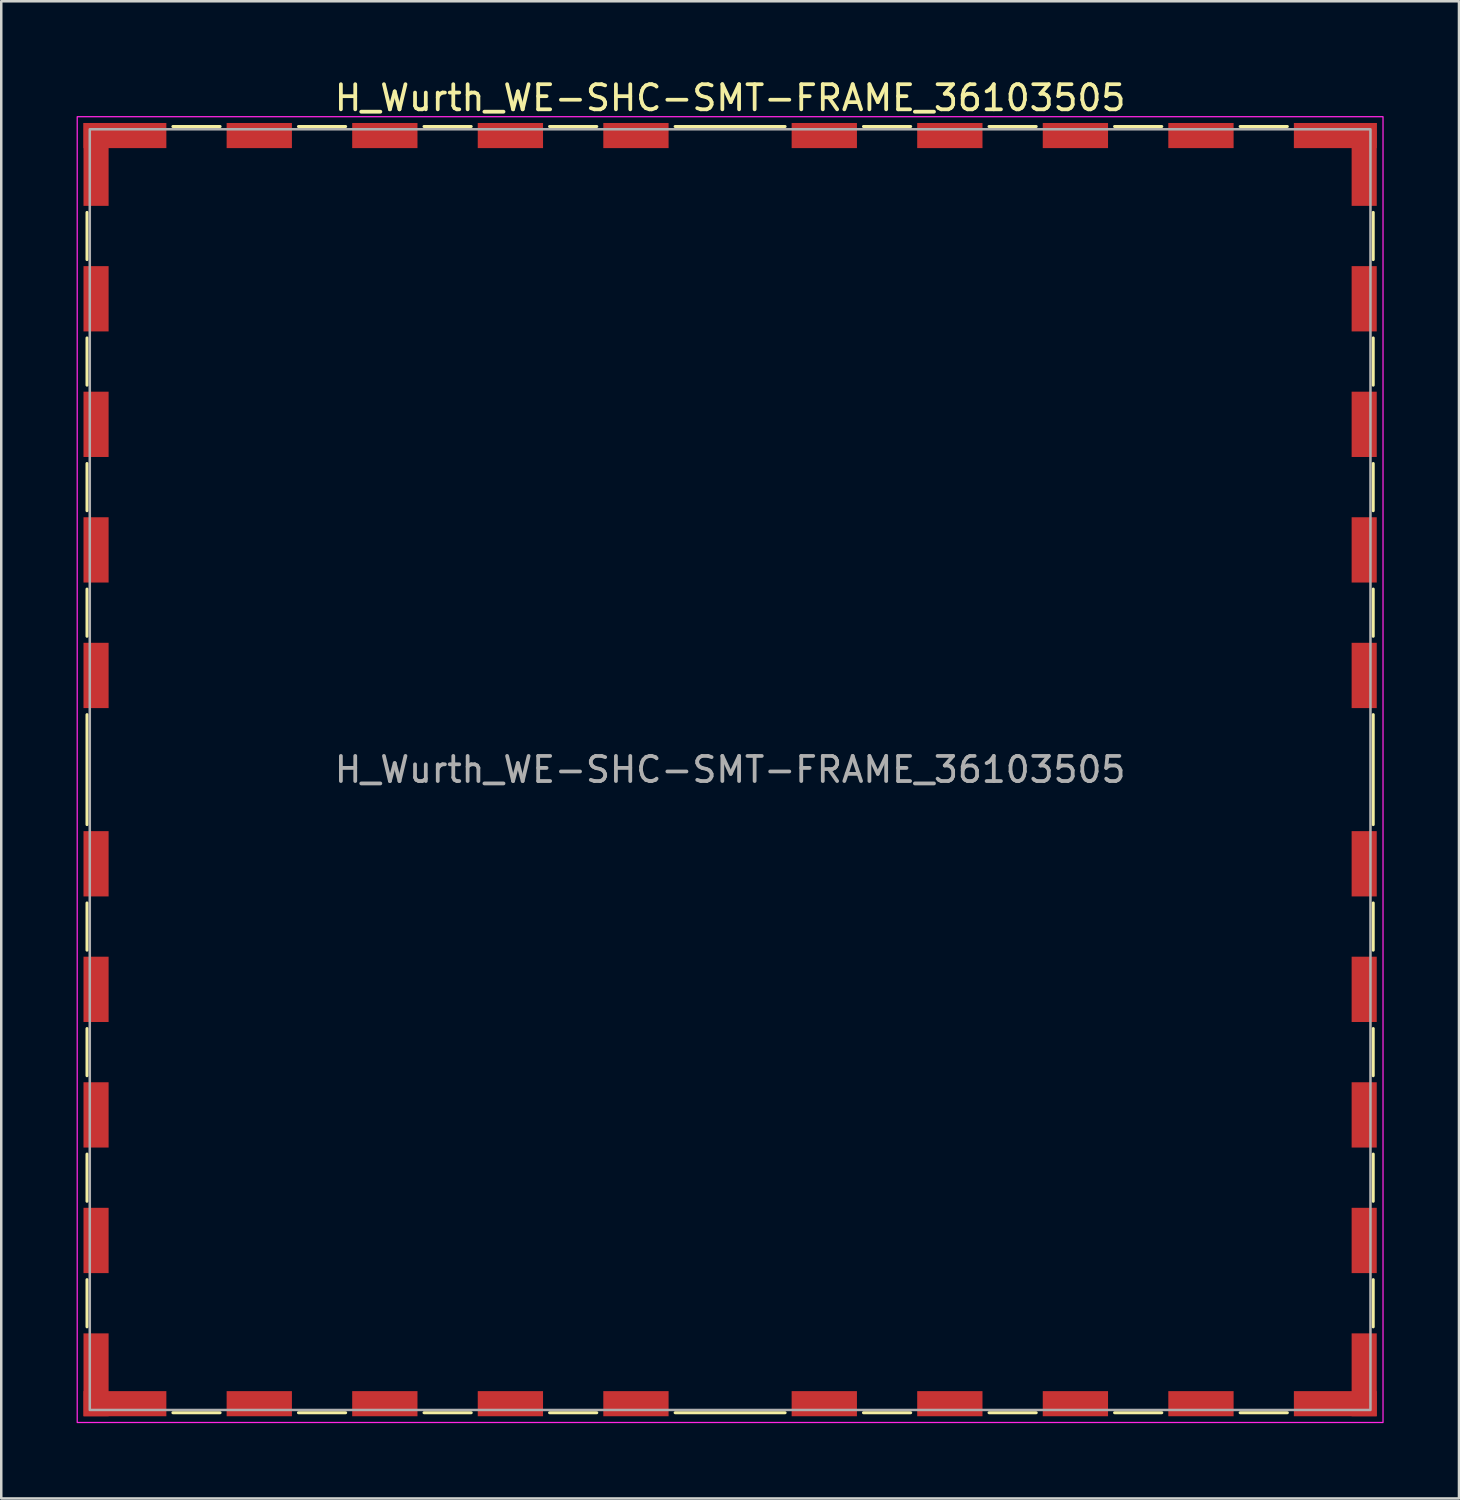
<source format=kicad_pcb>
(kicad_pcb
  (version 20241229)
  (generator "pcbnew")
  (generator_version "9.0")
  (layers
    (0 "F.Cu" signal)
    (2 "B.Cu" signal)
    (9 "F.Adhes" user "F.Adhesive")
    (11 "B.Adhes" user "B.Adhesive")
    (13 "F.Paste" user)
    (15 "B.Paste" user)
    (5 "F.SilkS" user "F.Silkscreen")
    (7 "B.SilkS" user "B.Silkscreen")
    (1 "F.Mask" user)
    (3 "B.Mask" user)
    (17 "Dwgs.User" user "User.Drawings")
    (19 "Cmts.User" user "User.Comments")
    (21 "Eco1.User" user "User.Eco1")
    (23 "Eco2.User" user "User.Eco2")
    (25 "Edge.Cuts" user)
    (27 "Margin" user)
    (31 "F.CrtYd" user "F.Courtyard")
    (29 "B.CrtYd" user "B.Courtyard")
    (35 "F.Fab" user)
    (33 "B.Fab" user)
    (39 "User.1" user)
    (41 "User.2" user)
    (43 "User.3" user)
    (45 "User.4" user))
  (footprint "H_Wurth_WE-SHC-SMT-FRAME_36103505"
    (layer "F.Cu")
    (at 26.025 27.598)
    (property "Reference" "H_Wurth_WE-SHC-SMT-FRAME_36103505" (at 0 -26.75 0) (unlocked yes) (layer "F.SilkS") (effects (font (size 1 1) (thickness 0.15))))
    (attr smd)
    (fp_line (start -25.61 -20.31) (end -25.61 -22.19) (stroke (width 0.12) (type default)) (layer "F.SilkS"))
    (fp_line (start -25.61 -15.31) (end -25.61 -17.19) (stroke (width 0.12) (type default)) (layer "F.SilkS"))
    (fp_line (start -25.61 -10.31) (end -25.61 -12.19) (stroke (width 0.12) (type default)) (layer "F.SilkS"))
    (fp_line (start -25.61 -5.31) (end -25.61 -7.19) (stroke (width 0.12) (type default)) (layer "F.SilkS"))
    (fp_line (start -25.61 2.19) (end -25.61 -2.19) (stroke (width 0.12) (type default)) (layer "F.SilkS"))
    (fp_line (start -25.61 7.19) (end -25.61 5.31) (stroke (width 0.12) (type default)) (layer "F.SilkS"))
    (fp_line (start -25.61 12.19) (end -25.61 10.31) (stroke (width 0.12) (type default)) (layer "F.SilkS"))
    (fp_line (start -25.61 17.19) (end -25.61 15.31) (stroke (width 0.12) (type default)) (layer "F.SilkS"))
    (fp_line (start -25.61 22.19) (end -25.61 20.31) (stroke (width 0.12) (type default)) (layer "F.SilkS"))
    (fp_line (start -22.19 -25.61) (end -20.31 -25.61) (stroke (width 0.12) (type default)) (layer "F.SilkS"))
    (fp_line (start -22.19 25.61) (end -20.31 25.61) (stroke (width 0.12) (type default)) (layer "F.SilkS"))
    (fp_line (start -17.19 -25.61) (end -15.31 -25.61) (stroke (width 0.12) (type default)) (layer "F.SilkS"))
    (fp_line (start -17.19 25.61) (end -15.31 25.61) (stroke (width 0.12) (type default)) (layer "F.SilkS"))
    (fp_line (start -12.19 -25.61) (end -10.31 -25.61) (stroke (width 0.12) (type default)) (layer "F.SilkS"))
    (fp_line (start -12.19 25.61) (end -10.31 25.61) (stroke (width 0.12) (type default)) (layer "F.SilkS"))
    (fp_line (start -7.19 -25.61) (end -5.31 -25.61) (stroke (width 0.12) (type default)) (layer "F.SilkS"))
    (fp_line (start -7.19 25.61) (end -5.31 25.61) (stroke (width 0.12) (type default)) (layer "F.SilkS"))
    (fp_line (start -2.19 -25.61) (end 2.19 -25.61) (stroke (width 0.12) (type default)) (layer "F.SilkS"))
    (fp_line (start -2.19 25.61) (end 2.19 25.61) (stroke (width 0.12) (type default)) (layer "F.SilkS"))
    (fp_line (start 5.31 -25.61) (end 7.19 -25.61) (stroke (width 0.12) (type default)) (layer "F.SilkS"))
    (fp_line (start 5.31 25.61) (end 7.19 25.61) (stroke (width 0.12) (type default)) (layer "F.SilkS"))
    (fp_line (start 10.31 -25.61) (end 12.19 -25.61) (stroke (width 0.12) (type default)) (layer "F.SilkS"))
    (fp_line (start 10.31 25.61) (end 12.19 25.61) (stroke (width 0.12) (type default)) (layer "F.SilkS"))
    (fp_line (start 15.31 -25.61) (end 17.19 -25.61) (stroke (width 0.12) (type default)) (layer "F.SilkS"))
    (fp_line (start 15.31 25.61) (end 17.19 25.61) (stroke (width 0.12) (type default)) (layer "F.SilkS"))
    (fp_line (start 20.31 -25.61) (end 22.19 -25.61) (stroke (width 0.12) (type default)) (layer "F.SilkS"))
    (fp_line (start 20.31 25.61) (end 22.19 25.61) (stroke (width 0.12) (type default)) (layer "F.SilkS"))
    (fp_line (start 25.61 -20.31) (end 25.61 -22.19) (stroke (width 0.12) (type default)) (layer "F.SilkS"))
    (fp_line (start 25.61 -15.31) (end 25.61 -17.19) (stroke (width 0.12) (type default)) (layer "F.SilkS"))
    (fp_line (start 25.61 -10.31) (end 25.61 -12.19) (stroke (width 0.12) (type default)) (layer "F.SilkS"))
    (fp_line (start 25.61 -5.31) (end 25.61 -7.19) (stroke (width 0.12) (type default)) (layer "F.SilkS"))
    (fp_line (start 25.61 2.19) (end 25.61 -2.19) (stroke (width 0.12) (type default)) (layer "F.SilkS"))
    (fp_line (start 25.61 7.19) (end 25.61 5.31) (stroke (width 0.12) (type default)) (layer "F.SilkS"))
    (fp_line (start 25.61 12.19) (end 25.61 10.31) (stroke (width 0.12) (type default)) (layer "F.SilkS"))
    (fp_line (start 25.61 17.19) (end 25.61 15.31) (stroke (width 0.12) (type default)) (layer "F.SilkS"))
    (fp_line (start 25.61 22.19) (end 25.61 20.31) (stroke (width 0.12) (type default)) (layer "F.SilkS"))
    (fp_rect (start -26 -26) (end 26 26) (stroke (width 0.05) (type solid)) (fill no) (layer "F.CrtYd"))
    (fp_rect (start -25.5 -25.5) (end 25.5 25.5) (stroke (width 0.1) (type solid)) (fill no) (layer "F.Fab"))
    (fp_text user "${REFERENCE}" (at 0 0 0) (unlocked yes) (layer "F.Fab") (effects (font (size 1 1) (thickness 0.15))))
    (pad "1" smd rect (at -25.25 -24.1 90) (size 3.3 1) (layers "F.Cu" "F.Mask" "F.Paste"))
    (pad "1" smd rect (at -25.25 -18.75 90) (size 2.6 1) (layers "F.Cu" "F.Mask" "F.Paste"))
    (pad "1" smd rect (at -25.25 -13.75 90) (size 2.6 1) (layers "F.Cu" "F.Mask" "F.Paste"))
    (pad "1" smd rect (at -25.25 -8.75 90) (size 2.6 1) (layers "F.Cu" "F.Mask" "F.Paste"))
    (pad "1" smd rect (at -25.25 -3.75 90) (size 2.6 1) (layers "F.Cu" "F.Mask" "F.Paste"))
    (pad "1" smd rect (at -25.25 3.75 90) (size 2.6 1) (layers "F.Cu" "F.Mask" "F.Paste"))
    (pad "1" smd rect (at -25.25 8.75 90) (size 2.6 1) (layers "F.Cu" "F.Mask" "F.Paste"))
    (pad "1" smd rect (at -25.25 13.75 90) (size 2.6 1) (layers "F.Cu" "F.Mask" "F.Paste"))
    (pad "1" smd rect (at -25.25 18.75 90) (size 2.6 1) (layers "F.Cu" "F.Mask" "F.Paste"))
    (pad "1" smd rect (at -25.25 24.1 90) (size 3.3 1) (layers "F.Cu" "F.Mask" "F.Paste"))
    (pad "1" smd rect (at -24.1 -25.25) (size 3.3 1) (layers "F.Cu" "F.Mask" "F.Paste"))
    (pad "1" smd rect (at -24.1 25.25) (size 3.3 1) (layers "F.Cu" "F.Mask" "F.Paste"))
    (pad "1" smd rect (at -18.75 -25.25) (size 2.6 1) (layers "F.Cu" "F.Mask" "F.Paste"))
    (pad "1" smd rect (at -18.75 25.25) (size 2.6 1) (layers "F.Cu" "F.Mask" "F.Paste"))
    (pad "1" smd rect (at -13.75 -25.25) (size 2.6 1) (layers "F.Cu" "F.Mask" "F.Paste"))
    (pad "1" smd rect (at -13.75 25.25) (size 2.6 1) (layers "F.Cu" "F.Mask" "F.Paste"))
    (pad "1" smd rect (at -8.75 -25.25) (size 2.6 1) (layers "F.Cu" "F.Mask" "F.Paste"))
    (pad "1" smd rect (at -8.75 25.25) (size 2.6 1) (layers "F.Cu" "F.Mask" "F.Paste"))
    (pad "1" smd rect (at -3.75 -25.25) (size 2.6 1) (layers "F.Cu" "F.Mask" "F.Paste"))
    (pad "1" smd rect (at -3.75 25.25) (size 2.6 1) (layers "F.Cu" "F.Mask" "F.Paste"))
    (pad "1" smd rect (at 3.75 -25.25) (size 2.6 1) (layers "F.Cu" "F.Mask" "F.Paste"))
    (pad "1" smd rect (at 3.75 25.25) (size 2.6 1) (layers "F.Cu" "F.Mask" "F.Paste"))
    (pad "1" smd rect (at 8.75 -25.25) (size 2.6 1) (layers "F.Cu" "F.Mask" "F.Paste"))
    (pad "1" smd rect (at 8.75 25.25) (size 2.6 1) (layers "F.Cu" "F.Mask" "F.Paste"))
    (pad "1" smd rect (at 13.75 -25.25) (size 2.6 1) (layers "F.Cu" "F.Mask" "F.Paste"))
    (pad "1" smd rect (at 13.75 25.25) (size 2.6 1) (layers "F.Cu" "F.Mask" "F.Paste"))
    (pad "1" smd rect (at 18.75 -25.25) (size 2.6 1) (layers "F.Cu" "F.Mask" "F.Paste"))
    (pad "1" smd rect (at 18.75 25.25) (size 2.6 1) (layers "F.Cu" "F.Mask" "F.Paste"))
    (pad "1" smd rect (at 24.1 -25.25) (size 3.3 1) (layers "F.Cu" "F.Mask" "F.Paste"))
    (pad "1" smd rect (at 24.1 25.25) (size 3.3 1) (layers "F.Cu" "F.Mask" "F.Paste"))
    (pad "1" smd rect (at 25.25 -24.1 90) (size 3.3 1) (layers "F.Cu" "F.Mask" "F.Paste"))
    (pad "1" smd rect (at 25.25 -18.75 90) (size 2.6 1) (layers "F.Cu" "F.Mask" "F.Paste"))
    (pad "1" smd rect (at 25.25 -13.75 90) (size 2.6 1) (layers "F.Cu" "F.Mask" "F.Paste"))
    (pad "1" smd rect (at 25.25 -8.75 90) (size 2.6 1) (layers "F.Cu" "F.Mask" "F.Paste"))
    (pad "1" smd rect (at 25.25 -3.75 90) (size 2.6 1) (layers "F.Cu" "F.Mask" "F.Paste"))
    (pad "1" smd rect (at 25.25 3.75 90) (size 2.6 1) (layers "F.Cu" "F.Mask" "F.Paste"))
    (pad "1" smd rect (at 25.25 8.75 90) (size 2.6 1) (layers "F.Cu" "F.Mask" "F.Paste"))
    (pad "1" smd rect (at 25.25 13.75 90) (size 2.6 1) (layers "F.Cu" "F.Mask" "F.Paste"))
    (pad "1" smd rect (at 25.25 18.75 90) (size 2.6 1) (layers "F.Cu" "F.Mask" "F.Paste"))
    (pad "1" smd rect (at 25.25 24.1 90) (size 3.3 1) (layers "F.Cu" "F.Mask" "F.Paste")))
  (gr_rect
    (start -3 -3)
    (end 55.05 56.623)
    (stroke (width 0.1) (type default))
    (fill no)
    (layer "Edge.Cuts")))
</source>
